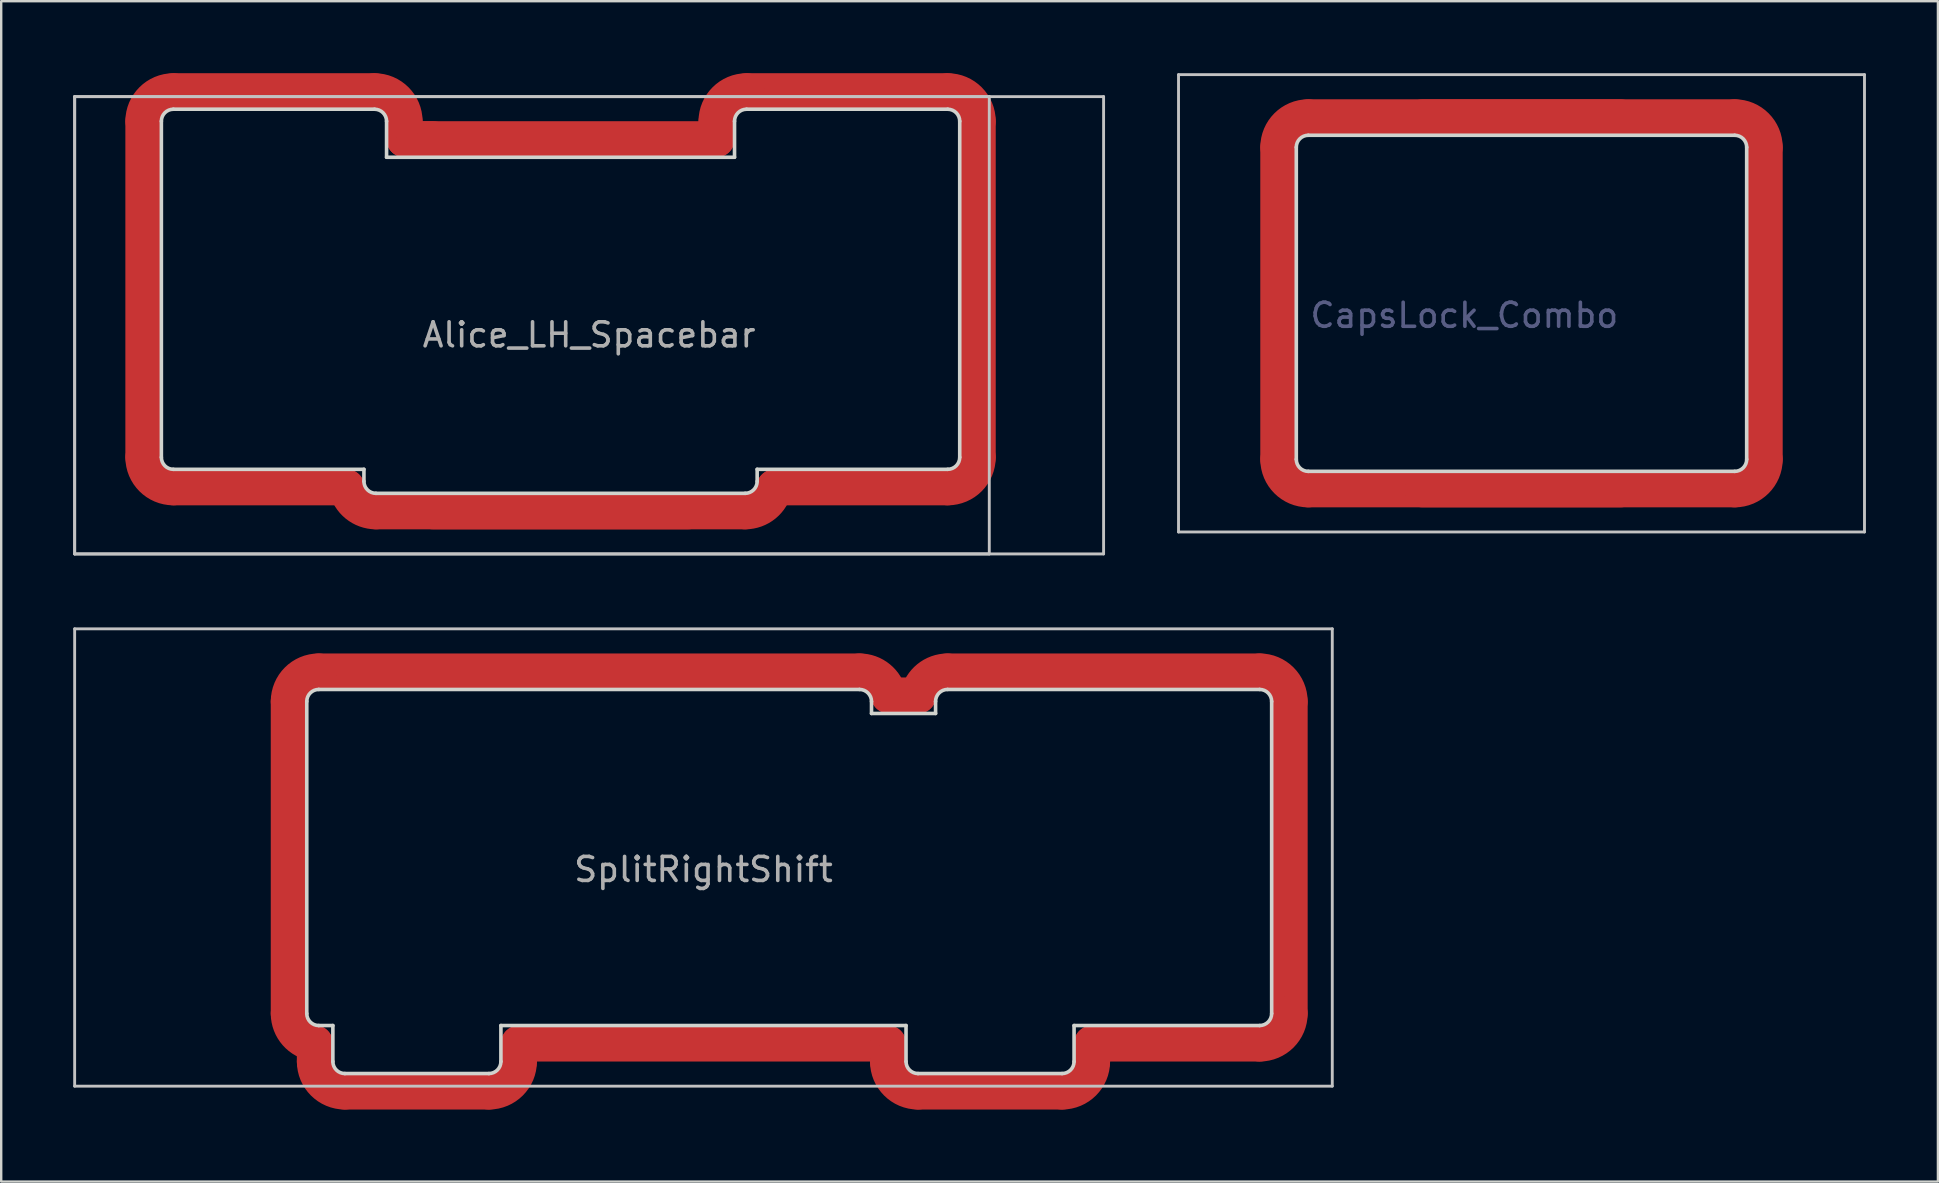
<source format=kicad_pcb>
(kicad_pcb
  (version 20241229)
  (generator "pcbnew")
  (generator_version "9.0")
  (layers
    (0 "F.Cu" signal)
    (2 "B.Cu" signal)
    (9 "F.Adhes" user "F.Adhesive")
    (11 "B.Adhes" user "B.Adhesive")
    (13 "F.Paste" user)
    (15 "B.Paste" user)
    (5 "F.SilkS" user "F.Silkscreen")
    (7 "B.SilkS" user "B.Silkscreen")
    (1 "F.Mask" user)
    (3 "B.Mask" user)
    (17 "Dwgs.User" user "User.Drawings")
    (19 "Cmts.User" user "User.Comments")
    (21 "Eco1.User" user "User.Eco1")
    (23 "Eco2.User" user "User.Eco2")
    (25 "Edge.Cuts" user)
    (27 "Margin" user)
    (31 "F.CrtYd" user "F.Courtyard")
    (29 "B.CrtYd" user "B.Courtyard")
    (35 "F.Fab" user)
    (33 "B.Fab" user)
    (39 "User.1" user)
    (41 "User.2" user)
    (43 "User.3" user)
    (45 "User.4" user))
  (footprint "CapsLock_Combo"
    (layer "F.Cu")
    (at 57.949 9.585)
    (property "Reference" "CapsLock_Combo" (at 0 0.5 0) (layer "B.Fab") (effects (font (size 1 1) (thickness 0.15))))
    (attr through_hole)
    (fp_line (start -7.75 6.5) (end -7.75 -6.5) (stroke (width 1.5) (type solid)) (layer "F.Cu"))
    (fp_line (start -6.5 -7.75) (end 6.5 -7.75) (stroke (width 1.5) (type solid)) (layer "F.Cu"))
    (fp_line (start -1.738 -7.75) (end 11.262 -7.75) (stroke (width 1.5) (type solid)) (layer "F.Cu"))
    (fp_line (start 6.5 7.75) (end -6.5 7.75) (stroke (width 1.5) (type solid)) (layer "F.Cu"))
    (fp_line (start 11.262 7.75) (end -1.738 7.75) (stroke (width 1.5) (type solid)) (layer "F.Cu"))
    (fp_line (start 12.512 -6.5) (end 12.512 6.5) (stroke (width 1.5) (type solid)) (layer "F.Cu"))
    (fp_arc (start -7.75 -6.5) (mid -7.383883 -7.383883) (end -6.5 -7.75) (stroke (width 1.5) (type solid)) (layer "F.Cu"))
    (fp_arc (start -6.5 7.75) (mid -7.383883 7.383883) (end -7.75 6.5) (stroke (width 1.5) (type solid)) (layer "F.Cu"))
    (fp_arc (start 11.262499 -7.75) (mid 12.146383 -7.383883) (end 12.5125 -6.499999) (stroke (width 1.5) (type solid)) (layer "F.Cu"))
    (fp_arc (start 12.5125 6.5) (mid 12.146383 7.383883) (end 11.2625 7.75) (stroke (width 1.5) (type solid)) (layer "F.Cu"))
    (fp_line (start -7.75 6.5) (end -7.75 -6.5) (stroke (width 1.5) (type solid)) (layer "F.Mask"))
    (fp_line (start -6.5 -7.75) (end 6.5 -7.75) (stroke (width 1.5) (type solid)) (layer "F.Mask"))
    (fp_line (start -1.738 -7.75) (end 11.262 -7.75) (stroke (width 1.5) (type solid)) (layer "F.Mask"))
    (fp_line (start 6.5 7.75) (end -6.5 7.75) (stroke (width 1.5) (type solid)) (layer "F.Mask"))
    (fp_line (start 11.262 7.75) (end -1.738 7.75) (stroke (width 1.5) (type solid)) (layer "F.Mask"))
    (fp_line (start 12.512 -6.5) (end 12.512 6.5) (stroke (width 1.5) (type solid)) (layer "F.Mask"))
    (fp_arc (start -7.75 -6.5) (mid -7.383883 -7.383883) (end -6.5 -7.75) (stroke (width 1.5) (type solid)) (layer "F.Mask"))
    (fp_arc (start -6.5 7.75) (mid -7.383883 7.383883) (end -7.75 6.5) (stroke (width 1.5) (type solid)) (layer "F.Mask"))
    (fp_arc (start 11.262499 -7.75) (mid 12.146383 -7.383883) (end 12.5125 -6.499999) (stroke (width 1.5) (type solid)) (layer "F.Mask"))
    (fp_arc (start 12.5125 6.5) (mid 12.146383 7.383883) (end 11.2625 7.75) (stroke (width 1.5) (type solid)) (layer "F.Mask"))
    (fp_line (start -11.906 -9.525) (end -11.906 9.525) (stroke (width 0.12) (type solid)) (layer "Dwgs.User"))
    (fp_line (start -11.906 9.525) (end 16.669 9.525) (stroke (width 0.12) (type solid)) (layer "Dwgs.User"))
    (fp_line (start 16.669 -9.525) (end -11.906 -9.525) (stroke (width 0.12) (type solid)) (layer "Dwgs.User"))
    (fp_line (start 16.669 9.525) (end 16.669 -9.525) (stroke (width 0.12) (type solid)) (layer "Dwgs.User"))
    (fp_line (start -7 -6.5) (end -7 6.5) (stroke (width 0.15) (type solid)) (layer "Edge.Cuts"))
    (fp_line (start -6.5 7) (end 11.262 7) (stroke (width 0.15) (type solid)) (layer "Edge.Cuts"))
    (fp_line (start 11.262 -7) (end -6.5 -7) (stroke (width 0.15) (type solid)) (layer "Edge.Cuts"))
    (fp_line (start 11.762 6.5) (end 11.762 -6.5) (stroke (width 0.15) (type solid)) (layer "Edge.Cuts"))
    (fp_arc (start -7 -6.5) (mid -6.853553 -6.853553) (end -6.5 -7) (stroke (width 0.15) (type solid)) (layer "Edge.Cuts"))
    (fp_arc (start -6.5 7) (mid -6.853553 6.853553) (end -7 6.5) (stroke (width 0.15) (type solid)) (layer "Edge.Cuts"))
    (fp_arc (start 11.2625 -7) (mid 11.616053 -6.853553) (end 11.7625 -6.5) (stroke (width 0.15) (type solid)) (layer "Edge.Cuts"))
    (fp_arc (start 11.7625 6.500001) (mid 11.616053 6.853554) (end 11.262499 7) (stroke (width 0.15) (type solid)) (layer "Edge.Cuts")))
  (footprint "Alice_LH_Spacebar"
    (layer "F.Cu")
    (at 21.491 10.5)
    (property "Reference" "Alice_LH_Spacebar" (at 0 0.4 0) (layer "F.Fab") (effects (font (size 1 1) (thickness 0.15))))
    (attr through_hole)
    (fp_line (start -18.569 -8.5) (end -18.569 5.5) (stroke (width 1.5) (type solid)) (layer "F.Cu"))
    (fp_line (start -17.319 6.75) (end -10.106 6.75) (stroke (width 1.5) (type solid)) (layer "F.Cu"))
    (fp_line (start -8.938 -9.75) (end -17.319 -9.75) (stroke (width 1.5) (type solid)) (layer "F.Cu"))
    (fp_line (start -8.881 7.75) (end 4.119 7.75) (stroke (width 1.5) (type solid)) (layer "F.Cu"))
    (fp_line (start -7.688 -7.75) (end -7.688 -8.5) (stroke (width 1.5) (type solid)) (layer "F.Cu"))
    (fp_line (start -6.5 -7.75) (end -7.688 -7.75) (stroke (width 1.5) (type solid)) (layer "F.Cu"))
    (fp_line (start -6.5 7.75) (end 6.5 7.75) (stroke (width 1.5) (type solid)) (layer "F.Cu"))
    (fp_line (start 5.307 -8.5) (end 5.307 -7.75) (stroke (width 1.5) (type solid)) (layer "F.Cu"))
    (fp_line (start 5.307 -7.75) (end -7.688 -7.75) (stroke (width 1.5) (type solid)) (layer "F.Cu"))
    (fp_line (start 7.725 6.75) (end 14.938 6.75) (stroke (width 1.5) (type solid)) (layer "F.Cu"))
    (fp_line (start 14.938 -9.75) (end 6.557 -9.75) (stroke (width 1.5) (type solid)) (layer "F.Cu"))
    (fp_line (start 16.188 5.5) (end 16.188 -8.5) (stroke (width 1.5) (type solid)) (layer "F.Cu"))
    (fp_arc (start -18.569249 -8.5) (mid -18.203133 -9.383883) (end -17.31925 -9.749999) (stroke (width 1.5) (type solid)) (layer "F.Cu"))
    (fp_arc (start -17.319249 6.75) (mid -18.203132 6.383883) (end -18.569249 5.5) (stroke (width 1.5) (type solid)) (layer "F.Cu"))
    (fp_arc (start -8.938 -9.749999) (mid -8.054117 -9.383882) (end -7.688 -8.499999) (stroke (width 1.5) (type solid)) (layer "F.Cu"))
    (fp_arc (start -8.880443 7.75) (mid -9.671506 7.468501) (end -10.105994 6.75) (stroke (width 1.5) (type solid)) (layer "F.Cu"))
    (fp_arc (start 5.30675 -8.499999) (mid 5.672867 -9.383882) (end 6.55675 -9.749999) (stroke (width 1.5) (type solid)) (layer "F.Cu"))
    (fp_arc (start 7.724906 6.74921) (mid 7.290882 7.467991) (end 6.5 7.75) (stroke (width 1.5) (type solid)) (layer "F.Cu"))
    (fp_arc (start 14.938 -9.749999) (mid 15.821883 -9.383882) (end 16.188 -8.499999) (stroke (width 1.5) (type solid)) (layer "F.Cu"))
    (fp_arc (start 16.188 5.5) (mid 15.821883 6.383883) (end 14.938 6.75) (stroke (width 1.5) (type solid)) (layer "F.Cu"))
    (fp_line (start -18.569 -8.5) (end -18.569 5.5) (stroke (width 1.5) (type solid)) (layer "F.Mask"))
    (fp_line (start -17.319 6.75) (end -10.106 6.75) (stroke (width 1.5) (type solid)) (layer "F.Mask"))
    (fp_line (start -8.938 -9.75) (end -17.319 -9.75) (stroke (width 1.5) (type solid)) (layer "F.Mask"))
    (fp_line (start -8.881 7.75) (end 6.5 7.75) (stroke (width 1.5) (type solid)) (layer "F.Mask"))
    (fp_line (start -7.688 -7.75) (end -7.688 -8.5) (stroke (width 1.5) (type solid)) (layer "F.Mask"))
    (fp_line (start 5.307 -8.5) (end 5.307 -7.75) (stroke (width 1.5) (type solid)) (layer "F.Mask"))
    (fp_line (start 5.307 -7.75) (end -7.688 -7.75) (stroke (width 1.5) (type solid)) (layer "F.Mask"))
    (fp_line (start 7.725 6.75) (end 14.938 6.75) (stroke (width 1.5) (type solid)) (layer "F.Mask"))
    (fp_line (start 12.557 -9.75) (end 6.557 -9.75) (stroke (width 1.5) (type solid)) (layer "F.Mask"))
    (fp_line (start 14.938 -9.75) (end 8.938 -9.75) (stroke (width 1.5) (type solid)) (layer "F.Mask"))
    (fp_line (start 16.188 5.5) (end 16.188 -8.5) (stroke (width 1.5) (type solid)) (layer "F.Mask"))
    (fp_arc (start -18.569249 -8.5) (mid -18.203133 -9.383883) (end -17.31925 -9.749999) (stroke (width 1.5) (type solid)) (layer "F.Mask"))
    (fp_arc (start -17.319249 6.75) (mid -18.203132 6.383883) (end -18.569249 5.5) (stroke (width 1.5) (type solid)) (layer "F.Mask"))
    (fp_arc (start -8.938 -9.749999) (mid -8.054117 -9.383882) (end -7.688 -8.499999) (stroke (width 1.5) (type solid)) (layer "F.Mask"))
    (fp_arc (start -8.880443 7.75) (mid -9.671506 7.468501) (end -10.105994 6.75) (stroke (width 1.5) (type solid)) (layer "F.Mask"))
    (fp_arc (start 5.30675 -8.499999) (mid 5.672867 -9.383882) (end 6.55675 -9.749999) (stroke (width 1.5) (type solid)) (layer "F.Mask"))
    (fp_arc (start 7.724906 6.74921) (mid 7.290882 7.467991) (end 6.5 7.75) (stroke (width 1.5) (type solid)) (layer "F.Mask"))
    (fp_arc (start 14.938 -9.749999) (mid 15.821883 -9.383882) (end 16.188 -8.499999) (stroke (width 1.5) (type solid)) (layer "F.Mask"))
    (fp_arc (start 16.188 5.5) (mid 15.821883 6.383883) (end 14.938 6.75) (stroke (width 1.5) (type solid)) (layer "F.Mask"))
    (fp_line (start -21.431 -9.525) (end -21.431 9.525) (stroke (width 0.12) (type solid)) (layer "Dwgs.User"))
    (fp_line (start -21.431 -9.525) (end -21.431 9.525) (stroke (width 0.12) (type solid)) (layer "Dwgs.User"))
    (fp_line (start -21.431 -9.525) (end 16.669 -9.525) (stroke (width 0.12) (type solid)) (layer "Dwgs.User"))
    (fp_line (start -21.431 -9.525) (end 21.431 -9.525) (stroke (width 0.12) (type solid)) (layer "Dwgs.User"))
    (fp_line (start -21.431 9.525) (end 16.669 9.525) (stroke (width 0.12) (type solid)) (layer "Dwgs.User"))
    (fp_line (start -21.431 9.525) (end 21.431 9.525) (stroke (width 0.12) (type solid)) (layer "Dwgs.User"))
    (fp_line (start 16.669 9.525) (end 16.669 -9.525) (stroke (width 0.12) (type solid)) (layer "Dwgs.User"))
    (fp_line (start 21.431 9.525) (end 21.431 -9.525) (stroke (width 0.12) (type solid)) (layer "Dwgs.User"))
    (fp_line (start -17.819 -8.5) (end -17.819 5.5) (stroke (width 0.15) (type solid)) (layer "Edge.Cuts"))
    (fp_line (start -17.319 6) (end -9.381 6) (stroke (width 0.15) (type solid)) (layer "Edge.Cuts"))
    (fp_line (start -9.381 6) (end -9.381 6.5) (stroke (width 0.15) (type solid)) (layer "Edge.Cuts"))
    (fp_line (start -8.938 -9) (end -17.319 -9) (stroke (width 0.15) (type solid)) (layer "Edge.Cuts"))
    (fp_line (start -8.881 7) (end 6.5 7) (stroke (width 0.15) (type solid)) (layer "Edge.Cuts"))
    (fp_line (start -8.438 -7) (end -8.438 -8.5) (stroke (width 0.15) (type solid)) (layer "Edge.Cuts"))
    (fp_line (start 6.057 -8.5) (end 6.057 -7) (stroke (width 0.15) (type solid)) (layer "Edge.Cuts"))
    (fp_line (start 6.057 -7) (end -8.438 -7) (stroke (width 0.15) (type solid)) (layer "Edge.Cuts"))
    (fp_line (start 7 6) (end 14.938 6) (stroke (width 0.15) (type solid)) (layer "Edge.Cuts"))
    (fp_line (start 7 6.5) (end 7 6) (stroke (width 0.15) (type solid)) (layer "Edge.Cuts"))
    (fp_line (start 14.938 -9) (end 6.557 -9) (stroke (width 0.15) (type solid)) (layer "Edge.Cuts"))
    (fp_line (start 15.438 5.5) (end 15.438 -8.5) (stroke (width 0.15) (type solid)) (layer "Edge.Cuts"))
    (fp_arc (start -17.819249 -8.5) (mid -17.672803 -8.853553) (end -17.31925 -8.999999) (stroke (width 0.15) (type solid)) (layer "Edge.Cuts"))
    (fp_arc (start -17.319249 6.000001) (mid -17.672803 5.853554) (end -17.81925 5.5) (stroke (width 0.15) (type solid)) (layer "Edge.Cuts"))
    (fp_arc (start -8.938 -8.999999) (mid -8.584447 -8.853552) (end -8.438 -8.499999) (stroke (width 0.15) (type solid)) (layer "Edge.Cuts"))
    (fp_arc (start -8.881249 7.000001) (mid -9.234803 6.853554) (end -9.38125 6.5) (stroke (width 0.15) (type solid)) (layer "Edge.Cuts"))
    (fp_arc (start 6.05675 -8.499999) (mid 6.203197 -8.853552) (end 6.55675 -8.999999) (stroke (width 0.15) (type solid)) (layer "Edge.Cuts"))
    (fp_arc (start 7 6.5) (mid 6.853553 6.853553) (end 6.5 7) (stroke (width 0.15) (type solid)) (layer "Edge.Cuts"))
    (fp_arc (start 14.938 -8.999999) (mid 15.291553 -8.853552) (end 15.438 -8.499999) (stroke (width 0.15) (type solid)) (layer "Edge.Cuts"))
    (fp_arc (start 15.438 5.5) (mid 15.291553 5.853553) (end 14.938 6) (stroke (width 0.15) (type solid)) (layer "Edge.Cuts")))
  (footprint "SplitRightShift"
    (layer "F.Cu")
    (at 26.254 32.67)
    (property "Reference" "SplitRightShift" (at 0 0.5 0) (layer "F.Fab") (effects (font (size 1 1) (thickness 0.15))))
    (attr through_hole)
    (fp_line (start -17.275 6.5) (end -17.275 -6.5) (stroke (width 1.5) (type solid)) (layer "F.Cu"))
    (fp_line (start -16.188 8.5) (end -16.188 7.739) (stroke (width 1.5) (type solid)) (layer "F.Cu"))
    (fp_line (start -16.025 -7.75) (end 6.5 -7.75) (stroke (width 1.5) (type solid)) (layer "F.Cu"))
    (fp_line (start -8.938 9.75) (end -14.938 9.75) (stroke (width 1.5) (type solid)) (layer "F.Cu"))
    (fp_line (start -7.688 7.75) (end -7.688 8.5) (stroke (width 1.5) (type solid)) (layer "F.Cu"))
    (fp_line (start 7.688 7.75) (end -7.688 7.75) (stroke (width 1.5) (type solid)) (layer "F.Cu"))
    (fp_line (start 7.688 8.5) (end 7.688 7.75) (stroke (width 1.5) (type solid)) (layer "F.Cu"))
    (fp_line (start 7.725 -6.75) (end 8.944 -6.75) (stroke (width 1.5) (type solid)) (layer "F.Cu"))
    (fp_line (start 10.169 -7.75) (end 23.169 -7.75) (stroke (width 1.5) (type solid)) (layer "F.Cu"))
    (fp_line (start 14.938 9.75) (end 8.938 9.75) (stroke (width 1.5) (type solid)) (layer "F.Cu"))
    (fp_line (start 16.188 7.75) (end 16.188 8.5) (stroke (width 1.5) (type solid)) (layer "F.Cu"))
    (fp_line (start 23.169 7.75) (end 16.188 7.75) (stroke (width 1.5) (type solid)) (layer "F.Cu"))
    (fp_line (start 24.419 -6.5) (end 24.419 6.5) (stroke (width 1.5) (type solid)) (layer "F.Cu"))
    (fp_arc (start -17.274998 -6.499999) (mid -16.908882 -7.383882) (end -16.025 -7.749999) (stroke (width 1.5) (type solid)) (layer "F.Cu"))
    (fp_arc (start -16.188158 7.739306) (mid -16.9648 7.324182) (end -17.275 6.5) (stroke (width 1.5) (type solid)) (layer "F.Cu"))
    (fp_arc (start -14.937999 9.75) (mid -15.821882 9.383883) (end -16.187999 8.5) (stroke (width 1.5) (type solid)) (layer "F.Cu"))
    (fp_arc (start -7.688 8.5) (mid -8.054117 9.383883) (end -8.938 9.75) (stroke (width 1.5) (type solid)) (layer "F.Cu"))
    (fp_arc (start 6.499193 -7.75) (mid 7.290256 -7.468501) (end 7.724744 -6.75) (stroke (width 1.5) (type solid)) (layer "F.Cu"))
    (fp_arc (start 8.938 9.75) (mid 8.054117 9.383883) (end 7.688 8.5) (stroke (width 1.5) (type solid)) (layer "F.Cu"))
    (fp_arc (start 8.943844 -6.74921) (mid 9.377868 -7.46799) (end 10.168749 -7.749999) (stroke (width 1.5) (type solid)) (layer "F.Cu"))
    (fp_arc (start 16.187999 8.5) (mid 15.821882 9.383883) (end 14.937999 9.75) (stroke (width 1.5) (type solid)) (layer "F.Cu"))
    (fp_arc (start 23.16875 -7.75) (mid 24.052633 -7.383883) (end 24.41875 -6.5) (stroke (width 1.5) (type solid)) (layer "F.Cu"))
    (fp_arc (start 24.418749 6.5) (mid 24.052633 7.383883) (end 23.16875 7.749999) (stroke (width 1.5) (type solid)) (layer "F.Cu"))
    (fp_line (start -17.275 6.5) (end -17.275 -6.5) (stroke (width 1.5) (type solid)) (layer "F.Mask"))
    (fp_line (start -16.188 8.5) (end -16.188 7.739) (stroke (width 1.5) (type solid)) (layer "F.Mask"))
    (fp_line (start -16.025 -7.75) (end 6.5 -7.75) (stroke (width 1.5) (type solid)) (layer "F.Mask"))
    (fp_line (start -8.938 9.75) (end -14.938 9.75) (stroke (width 1.5) (type solid)) (layer "F.Mask"))
    (fp_line (start -7.688 7.75) (end -7.688 8.5) (stroke (width 1.5) (type solid)) (layer "F.Mask"))
    (fp_line (start 7.688 7.75) (end -7.688 7.75) (stroke (width 1.5) (type solid)) (layer "F.Mask"))
    (fp_line (start 7.688 8.5) (end 7.688 7.75) (stroke (width 1.5) (type solid)) (layer "F.Mask"))
    (fp_line (start 7.725 -6.75) (end 8.944 -6.75) (stroke (width 1.5) (type solid)) (layer "F.Mask"))
    (fp_line (start 10.169 -7.75) (end 23.169 -7.75) (stroke (width 1.5) (type solid)) (layer "F.Mask"))
    (fp_line (start 14.938 9.75) (end 8.938 9.75) (stroke (width 1.5) (type solid)) (layer "F.Mask"))
    (fp_line (start 16.188 7.75) (end 16.188 8.5) (stroke (width 1.5) (type solid)) (layer "F.Mask"))
    (fp_line (start 23.169 7.75) (end 16.188 7.75) (stroke (width 1.5) (type solid)) (layer "F.Mask"))
    (fp_line (start 24.419 -6.5) (end 24.419 6.5) (stroke (width 1.5) (type solid)) (layer "F.Mask"))
    (fp_arc (start -17.274998 -6.499999) (mid -16.908882 -7.383882) (end -16.025 -7.749999) (stroke (width 1.5) (type solid)) (layer "F.Mask"))
    (fp_arc (start -16.188158 7.739306) (mid -16.9648 7.324182) (end -17.275 6.5) (stroke (width 1.5) (type solid)) (layer "F.Mask"))
    (fp_arc (start -14.937999 9.75) (mid -15.821882 9.383883) (end -16.187999 8.5) (stroke (width 1.5) (type solid)) (layer "F.Mask"))
    (fp_arc (start -7.688 8.5) (mid -8.054117 9.383883) (end -8.938 9.75) (stroke (width 1.5) (type solid)) (layer "F.Mask"))
    (fp_arc (start 6.499193 -7.75) (mid 7.290256 -7.468501) (end 7.724744 -6.75) (stroke (width 1.5) (type solid)) (layer "F.Mask"))
    (fp_arc (start 8.938 9.75) (mid 8.054117 9.383883) (end 7.688 8.5) (stroke (width 1.5) (type solid)) (layer "F.Mask"))
    (fp_arc (start 8.943844 -6.74921) (mid 9.377868 -7.46799) (end 10.168749 -7.749999) (stroke (width 1.5) (type solid)) (layer "F.Mask"))
    (fp_arc (start 16.187999 8.5) (mid 15.821882 9.383883) (end 14.937999 9.75) (stroke (width 1.5) (type solid)) (layer "F.Mask"))
    (fp_arc (start 23.16875 -7.75) (mid 24.052633 -7.383883) (end 24.41875 -6.5) (stroke (width 1.5) (type solid)) (layer "F.Mask"))
    (fp_arc (start 24.418749 6.5) (mid 24.052633 7.383883) (end 23.16875 7.749999) (stroke (width 1.5) (type solid)) (layer "F.Mask"))
    (fp_line (start -26.194 -9.525) (end -26.194 9.525) (stroke (width 0.12) (type solid)) (layer "Dwgs.User"))
    (fp_line (start 26.194 -9.525) (end -26.194 -9.525) (stroke (width 0.12) (type solid)) (layer "Dwgs.User"))
    (fp_line (start 26.194 -9.525) (end 26.194 9.525) (stroke (width 0.12) (type solid)) (layer "Dwgs.User"))
    (fp_line (start 26.194 9.525) (end -26.194 9.525) (stroke (width 0.12) (type solid)) (layer "Dwgs.User"))
    (fp_line (start -16.525 6.5) (end -16.525 -6.5) (stroke (width 0.15) (type solid)) (layer "Edge.Cuts"))
    (fp_line (start -16.025 -7) (end 6.5 -7) (stroke (width 0.15) (type solid)) (layer "Edge.Cuts"))
    (fp_line (start -15.438 7) (end -16.025 7) (stroke (width 0.15) (type solid)) (layer "Edge.Cuts"))
    (fp_line (start -15.438 8.5) (end -15.438 7) (stroke (width 0.15) (type solid)) (layer "Edge.Cuts"))
    (fp_line (start -8.938 9) (end -14.938 9) (stroke (width 0.15) (type solid)) (layer "Edge.Cuts"))
    (fp_line (start -8.438 7) (end -8.438 8.5) (stroke (width 0.15) (type solid)) (layer "Edge.Cuts"))
    (fp_line (start 7 -6.5) (end 7 -6) (stroke (width 0.15) (type solid)) (layer "Edge.Cuts"))
    (fp_line (start 7 -6) (end 9.669 -6) (stroke (width 0.15) (type solid)) (layer "Edge.Cuts"))
    (fp_line (start 8.438 7) (end -8.438 7) (stroke (width 0.15) (type solid)) (layer "Edge.Cuts"))
    (fp_line (start 8.438 8.5) (end 8.438 7) (stroke (width 0.15) (type solid)) (layer "Edge.Cuts"))
    (fp_line (start 9.669 -6) (end 9.669 -6.5) (stroke (width 0.15) (type solid)) (layer "Edge.Cuts"))
    (fp_line (start 10.169 -7) (end 23.169 -7) (stroke (width 0.15) (type solid)) (layer "Edge.Cuts"))
    (fp_line (start 14.938 9) (end 8.938 9) (stroke (width 0.15) (type solid)) (layer "Edge.Cuts"))
    (fp_line (start 15.438 7) (end 15.438 8.5) (stroke (width 0.15) (type solid)) (layer "Edge.Cuts"))
    (fp_line (start 23.169 7) (end 15.438 7) (stroke (width 0.15) (type solid)) (layer "Edge.Cuts"))
    (fp_line (start 23.669 -6.5) (end 23.669 6.5) (stroke (width 0.15) (type solid)) (layer "Edge.Cuts"))
    (fp_arc (start -16.525 -6.5) (mid -16.378553 -6.853553) (end -16.025 -7) (stroke (width 0.15) (type solid)) (layer "Edge.Cuts"))
    (fp_arc (start -16.025 7) (mid -16.378553 6.853553) (end -16.525 6.5) (stroke (width 0.15) (type solid)) (layer "Edge.Cuts"))
    (fp_arc (start -14.938 9) (mid -15.291553 8.853553) (end -15.438 8.5) (stroke (width 0.15) (type solid)) (layer "Edge.Cuts"))
    (fp_arc (start -8.438 8.5) (mid -8.584447 8.853553) (end -8.938 9) (stroke (width 0.15) (type solid)) (layer "Edge.Cuts"))
    (fp_arc (start 6.499999 -7) (mid 6.853552 -6.853553) (end 6.999999 -6.5) (stroke (width 0.15) (type solid)) (layer "Edge.Cuts"))
    (fp_arc (start 8.938 9) (mid 8.584447 8.853553) (end 8.438 8.5) (stroke (width 0.15) (type solid)) (layer "Edge.Cuts"))
    (fp_arc (start 9.668749 -6.5) (mid 9.815196 -6.853553) (end 10.168749 -7) (stroke (width 0.15) (type solid)) (layer "Edge.Cuts"))
    (fp_arc (start 15.437999 8.5) (mid 15.291552 8.853553) (end 14.937999 9) (stroke (width 0.15) (type solid)) (layer "Edge.Cuts"))
    (fp_arc (start 23.168749 -6.999999) (mid 23.522303 -6.853553) (end 23.66875 -6.5) (stroke (width 0.15) (type solid)) (layer "Edge.Cuts"))
    (fp_arc (start 23.66875 6.499999) (mid 23.522303 6.853552) (end 23.16875 6.999999) (stroke (width 0.15) (type solid)) (layer "Edge.Cuts")))
  (gr_rect
    (start -3 -3)
    (end 77.677 46.17)
    (stroke (width 0.1) (type default))
    (fill no)
    (layer "Edge.Cuts")))
</source>
